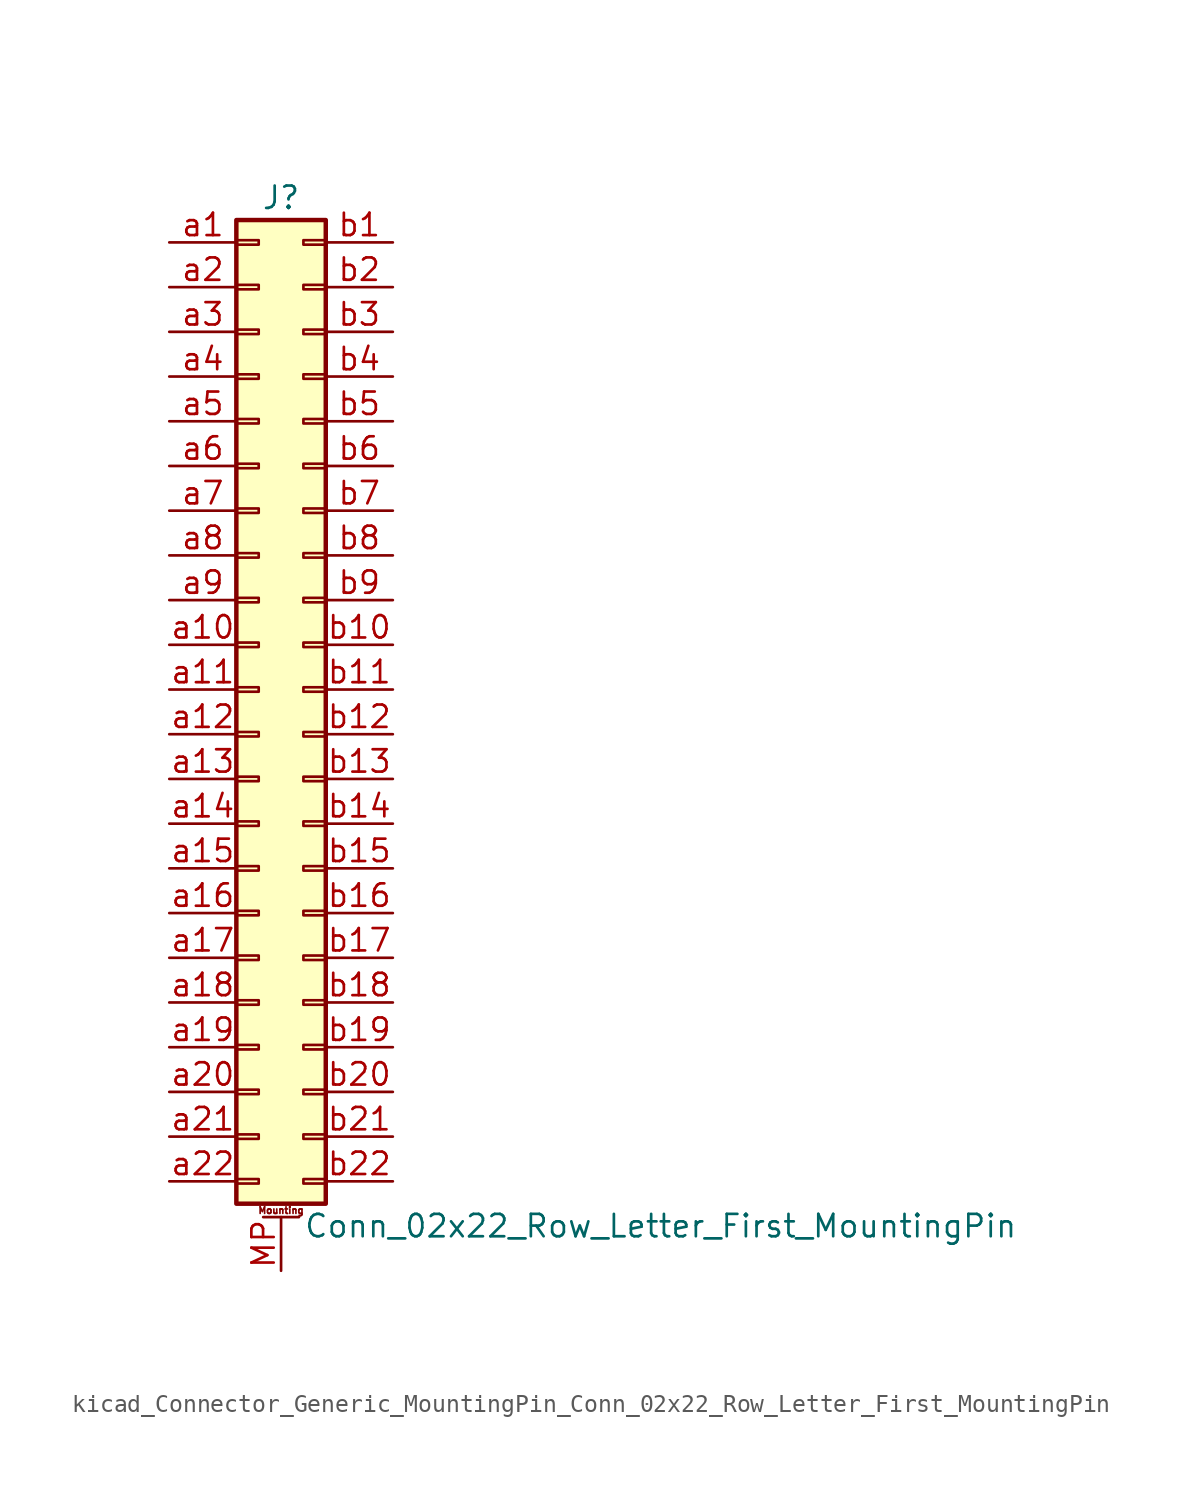
<source format=kicad_sym>
(kicad_symbol_lib
  (version 20220914)
  (generator kicad_symbol_editor)
  (symbol "kicad_Connector_Generic_MountingPin_Conn_02x22_Row_Letter_First_MountingPin"
    (pin_names
      (offset 1.016) hide)
    (property "Reference" "J"
      (at 1.27 27.94 0)
      (effects (font (size 1.27 1.27))))
    (property "Value" "Conn_02x22_Row_Letter_First_MountingPin"
      (at 2.54 -30.48 0)
      (effects (font (size 1.27 1.27)) (justify left)))
    (symbol "kicad_Connector_Generic_MountingPin_Conn_02x22_Row_Letter_First_MountingPin_1_1"
      (rectangle (start -1.27 -27.813) (end 0 -28.067) (stroke (width 0.152) (type default)) (fill (type none)))
      (rectangle (start -1.27 -25.273) (end 0 -25.527) (stroke (width 0.152) (type default)) (fill (type none)))
      (rectangle (start -1.27 -22.733) (end 0 -22.987) (stroke (width 0.152) (type default)) (fill (type none)))
      (rectangle (start -1.27 -20.193) (end 0 -20.447) (stroke (width 0.152) (type default)) (fill (type none)))
      (rectangle (start -1.27 -17.653) (end 0 -17.907) (stroke (width 0.152) (type default)) (fill (type none)))
      (rectangle (start -1.27 -15.113) (end 0 -15.367) (stroke (width 0.152) (type default)) (fill (type none)))
      (rectangle (start -1.27 -12.573) (end 0 -12.827) (stroke (width 0.152) (type default)) (fill (type none)))
      (rectangle (start -1.27 -10.033) (end 0 -10.287) (stroke (width 0.152) (type default)) (fill (type none)))
      (rectangle (start -1.27 -7.493) (end 0 -7.747) (stroke (width 0.152) (type default)) (fill (type none)))
      (rectangle (start -1.27 -4.953) (end 0 -5.207) (stroke (width 0.152) (type default)) (fill (type none)))
      (rectangle (start -1.27 -2.413) (end 0 -2.667) (stroke (width 0.152) (type default)) (fill (type none)))
      (rectangle (start -1.27 0.127) (end 0 -0.127) (stroke (width 0.152) (type default)) (fill (type none)))
      (rectangle (start -1.27 2.667) (end 0 2.413) (stroke (width 0.152) (type default)) (fill (type none)))
      (rectangle (start -1.27 5.207) (end 0 4.953) (stroke (width 0.152) (type default)) (fill (type none)))
      (rectangle (start -1.27 7.747) (end 0 7.493) (stroke (width 0.152) (type default)) (fill (type none)))
      (rectangle (start -1.27 10.287) (end 0 10.033) (stroke (width 0.152) (type default)) (fill (type none)))
      (rectangle (start -1.27 12.827) (end 0 12.573) (stroke (width 0.152) (type default)) (fill (type none)))
      (rectangle (start -1.27 15.367) (end 0 15.113) (stroke (width 0.152) (type default)) (fill (type none)))
      (rectangle (start -1.27 17.907) (end 0 17.653) (stroke (width 0.152) (type default)) (fill (type none)))
      (rectangle (start -1.27 20.447) (end 0 20.193) (stroke (width 0.152) (type default)) (fill (type none)))
      (rectangle (start -1.27 22.987) (end 0 22.733) (stroke (width 0.152) (type default)) (fill (type none)))
      (rectangle (start -1.27 25.527) (end 0 25.273) (stroke (width 0.152) (type default)) (fill (type none)))
      (rectangle (start -1.27 26.67) (end 3.81 -29.21) (stroke (width 0.254) (type default)) (fill (type background)))
      (polyline (pts (xy 0.254 -29.972) (xy 2.286 -29.972)) (stroke (width 0.152) (type default)) (fill (type none)))
      (rectangle (start 3.81 -27.813) (end 2.54 -28.067) (stroke (width 0.152) (type default)) (fill (type none)))
      (rectangle (start 3.81 -25.273) (end 2.54 -25.527) (stroke (width 0.152) (type default)) (fill (type none)))
      (rectangle (start 3.81 -22.733) (end 2.54 -22.987) (stroke (width 0.152) (type default)) (fill (type none)))
      (rectangle (start 3.81 -20.193) (end 2.54 -20.447) (stroke (width 0.152) (type default)) (fill (type none)))
      (rectangle (start 3.81 -17.653) (end 2.54 -17.907) (stroke (width 0.152) (type default)) (fill (type none)))
      (rectangle (start 3.81 -15.113) (end 2.54 -15.367) (stroke (width 0.152) (type default)) (fill (type none)))
      (rectangle (start 3.81 -12.573) (end 2.54 -12.827) (stroke (width 0.152) (type default)) (fill (type none)))
      (rectangle (start 3.81 -10.033) (end 2.54 -10.287) (stroke (width 0.152) (type default)) (fill (type none)))
      (rectangle (start 3.81 -7.493) (end 2.54 -7.747) (stroke (width 0.152) (type default)) (fill (type none)))
      (rectangle (start 3.81 -4.953) (end 2.54 -5.207) (stroke (width 0.152) (type default)) (fill (type none)))
      (rectangle (start 3.81 -2.413) (end 2.54 -2.667) (stroke (width 0.152) (type default)) (fill (type none)))
      (rectangle (start 3.81 0.127) (end 2.54 -0.127) (stroke (width 0.152) (type default)) (fill (type none)))
      (rectangle (start 3.81 2.667) (end 2.54 2.413) (stroke (width 0.152) (type default)) (fill (type none)))
      (rectangle (start 3.81 5.207) (end 2.54 4.953) (stroke (width 0.152) (type default)) (fill (type none)))
      (rectangle (start 3.81 7.747) (end 2.54 7.493) (stroke (width 0.152) (type default)) (fill (type none)))
      (rectangle (start 3.81 10.287) (end 2.54 10.033) (stroke (width 0.152) (type default)) (fill (type none)))
      (rectangle (start 3.81 12.827) (end 2.54 12.573) (stroke (width 0.152) (type default)) (fill (type none)))
      (rectangle (start 3.81 15.367) (end 2.54 15.113) (stroke (width 0.152) (type default)) (fill (type none)))
      (rectangle (start 3.81 17.907) (end 2.54 17.653) (stroke (width 0.152) (type default)) (fill (type none)))
      (rectangle (start 3.81 20.447) (end 2.54 20.193) (stroke (width 0.152) (type default)) (fill (type none)))
      (rectangle (start 3.81 22.987) (end 2.54 22.733) (stroke (width 0.152) (type default)) (fill (type none)))
      (rectangle (start 3.81 25.527) (end 2.54 25.273) (stroke (width 0.152) (type default)) (fill (type none)))
      (text "Mounting" (at 1.27 -29.591 0) (effects (font (size 0.381 0.381))))
      (pin passive line (at 1.27 -33.02 90) (length 3.048) (name "MountPin" (effects (font (size 1.27 1.27)))) (number "MP" (effects (font (size 1.27 1.27)))))
      (pin passive line (at -5.08 25.4 0) (length 3.81) (name "Pin_a1" (effects (font (size 1.27 1.27)))) (number "a1" (effects (font (size 1.27 1.27)))))
      (pin passive line (at -5.08 2.54 0) (length 3.81) (name "Pin_a10" (effects (font (size 1.27 1.27)))) (number "a10" (effects (font (size 1.27 1.27)))))
      (pin passive line (at -5.08 0 0) (length 3.81) (name "Pin_a11" (effects (font (size 1.27 1.27)))) (number "a11" (effects (font (size 1.27 1.27)))))
      (pin passive line (at -5.08 -2.54 0) (length 3.81) (name "Pin_a12" (effects (font (size 1.27 1.27)))) (number "a12" (effects (font (size 1.27 1.27)))))
      (pin passive line (at -5.08 -5.08 0) (length 3.81) (name "Pin_a13" (effects (font (size 1.27 1.27)))) (number "a13" (effects (font (size 1.27 1.27)))))
      (pin passive line (at -5.08 -7.62 0) (length 3.81) (name "Pin_a14" (effects (font (size 1.27 1.27)))) (number "a14" (effects (font (size 1.27 1.27)))))
      (pin passive line (at -5.08 -10.16 0) (length 3.81) (name "Pin_a15" (effects (font (size 1.27 1.27)))) (number "a15" (effects (font (size 1.27 1.27)))))
      (pin passive line (at -5.08 -12.7 0) (length 3.81) (name "Pin_a16" (effects (font (size 1.27 1.27)))) (number "a16" (effects (font (size 1.27 1.27)))))
      (pin passive line (at -5.08 -15.24 0) (length 3.81) (name "Pin_a17" (effects (font (size 1.27 1.27)))) (number "a17" (effects (font (size 1.27 1.27)))))
      (pin passive line (at -5.08 -17.78 0) (length 3.81) (name "Pin_a18" (effects (font (size 1.27 1.27)))) (number "a18" (effects (font (size 1.27 1.27)))))
      (pin passive line (at -5.08 -20.32 0) (length 3.81) (name "Pin_a19" (effects (font (size 1.27 1.27)))) (number "a19" (effects (font (size 1.27 1.27)))))
      (pin passive line (at -5.08 22.86 0) (length 3.81) (name "Pin_a2" (effects (font (size 1.27 1.27)))) (number "a2" (effects (font (size 1.27 1.27)))))
      (pin passive line (at -5.08 -22.86 0) (length 3.81) (name "Pin_a20" (effects (font (size 1.27 1.27)))) (number "a20" (effects (font (size 1.27 1.27)))))
      (pin passive line (at -5.08 -25.4 0) (length 3.81) (name "Pin_a21" (effects (font (size 1.27 1.27)))) (number "a21" (effects (font (size 1.27 1.27)))))
      (pin passive line (at -5.08 -27.94 0) (length 3.81) (name "Pin_a22" (effects (font (size 1.27 1.27)))) (number "a22" (effects (font (size 1.27 1.27)))))
      (pin passive line (at -5.08 20.32 0) (length 3.81) (name "Pin_a3" (effects (font (size 1.27 1.27)))) (number "a3" (effects (font (size 1.27 1.27)))))
      (pin passive line (at -5.08 17.78 0) (length 3.81) (name "Pin_a4" (effects (font (size 1.27 1.27)))) (number "a4" (effects (font (size 1.27 1.27)))))
      (pin passive line (at -5.08 15.24 0) (length 3.81) (name "Pin_a5" (effects (font (size 1.27 1.27)))) (number "a5" (effects (font (size 1.27 1.27)))))
      (pin passive line (at -5.08 12.7 0) (length 3.81) (name "Pin_a6" (effects (font (size 1.27 1.27)))) (number "a6" (effects (font (size 1.27 1.27)))))
      (pin passive line (at -5.08 10.16 0) (length 3.81) (name "Pin_a7" (effects (font (size 1.27 1.27)))) (number "a7" (effects (font (size 1.27 1.27)))))
      (pin passive line (at -5.08 7.62 0) (length 3.81) (name "Pin_a8" (effects (font (size 1.27 1.27)))) (number "a8" (effects (font (size 1.27 1.27)))))
      (pin passive line (at -5.08 5.08 0) (length 3.81) (name "Pin_a9" (effects (font (size 1.27 1.27)))) (number "a9" (effects (font (size 1.27 1.27)))))
      (pin passive line (at 7.62 25.4 180) (length 3.81) (name "Pin_b1" (effects (font (size 1.27 1.27)))) (number "b1" (effects (font (size 1.27 1.27)))))
      (pin passive line (at 7.62 2.54 180) (length 3.81) (name "Pin_b10" (effects (font (size 1.27 1.27)))) (number "b10" (effects (font (size 1.27 1.27)))))
      (pin passive line (at 7.62 0 180) (length 3.81) (name "Pin_b11" (effects (font (size 1.27 1.27)))) (number "b11" (effects (font (size 1.27 1.27)))))
      (pin passive line (at 7.62 -2.54 180) (length 3.81) (name "Pin_b12" (effects (font (size 1.27 1.27)))) (number "b12" (effects (font (size 1.27 1.27)))))
      (pin passive line (at 7.62 -5.08 180) (length 3.81) (name "Pin_b13" (effects (font (size 1.27 1.27)))) (number "b13" (effects (font (size 1.27 1.27)))))
      (pin passive line (at 7.62 -7.62 180) (length 3.81) (name "Pin_b14" (effects (font (size 1.27 1.27)))) (number "b14" (effects (font (size 1.27 1.27)))))
      (pin passive line (at 7.62 -10.16 180) (length 3.81) (name "Pin_b15" (effects (font (size 1.27 1.27)))) (number "b15" (effects (font (size 1.27 1.27)))))
      (pin passive line (at 7.62 -12.7 180) (length 3.81) (name "Pin_b16" (effects (font (size 1.27 1.27)))) (number "b16" (effects (font (size 1.27 1.27)))))
      (pin passive line (at 7.62 -15.24 180) (length 3.81) (name "Pin_b17" (effects (font (size 1.27 1.27)))) (number "b17" (effects (font (size 1.27 1.27)))))
      (pin passive line (at 7.62 -17.78 180) (length 3.81) (name "Pin_b18" (effects (font (size 1.27 1.27)))) (number "b18" (effects (font (size 1.27 1.27)))))
      (pin passive line (at 7.62 -20.32 180) (length 3.81) (name "Pin_b19" (effects (font (size 1.27 1.27)))) (number "b19" (effects (font (size 1.27 1.27)))))
      (pin passive line (at 7.62 22.86 180) (length 3.81) (name "Pin_b2" (effects (font (size 1.27 1.27)))) (number "b2" (effects (font (size 1.27 1.27)))))
      (pin passive line (at 7.62 -22.86 180) (length 3.81) (name "Pin_b20" (effects (font (size 1.27 1.27)))) (number "b20" (effects (font (size 1.27 1.27)))))
      (pin passive line (at 7.62 -25.4 180) (length 3.81) (name "Pin_b21" (effects (font (size 1.27 1.27)))) (number "b21" (effects (font (size 1.27 1.27)))))
      (pin passive line (at 7.62 -27.94 180) (length 3.81) (name "Pin_b22" (effects (font (size 1.27 1.27)))) (number "b22" (effects (font (size 1.27 1.27)))))
      (pin passive line (at 7.62 20.32 180) (length 3.81) (name "Pin_b3" (effects (font (size 1.27 1.27)))) (number "b3" (effects (font (size 1.27 1.27)))))
      (pin passive line (at 7.62 17.78 180) (length 3.81) (name "Pin_b4" (effects (font (size 1.27 1.27)))) (number "b4" (effects (font (size 1.27 1.27)))))
      (pin passive line (at 7.62 15.24 180) (length 3.81) (name "Pin_b5" (effects (font (size 1.27 1.27)))) (number "b5" (effects (font (size 1.27 1.27)))))
      (pin passive line (at 7.62 12.7 180) (length 3.81) (name "Pin_b6" (effects (font (size 1.27 1.27)))) (number "b6" (effects (font (size 1.27 1.27)))))
      (pin passive line (at 7.62 10.16 180) (length 3.81) (name "Pin_b7" (effects (font (size 1.27 1.27)))) (number "b7" (effects (font (size 1.27 1.27)))))
      (pin passive line (at 7.62 7.62 180) (length 3.81) (name "Pin_b8" (effects (font (size 1.27 1.27)))) (number "b8" (effects (font (size 1.27 1.27)))))
      (pin passive line (at 7.62 5.08 180) (length 3.81) (name "Pin_b9" (effects (font (size 1.27 1.27)))) (number "b9" (effects (font (size 1.27 1.27))))))))
</source>
